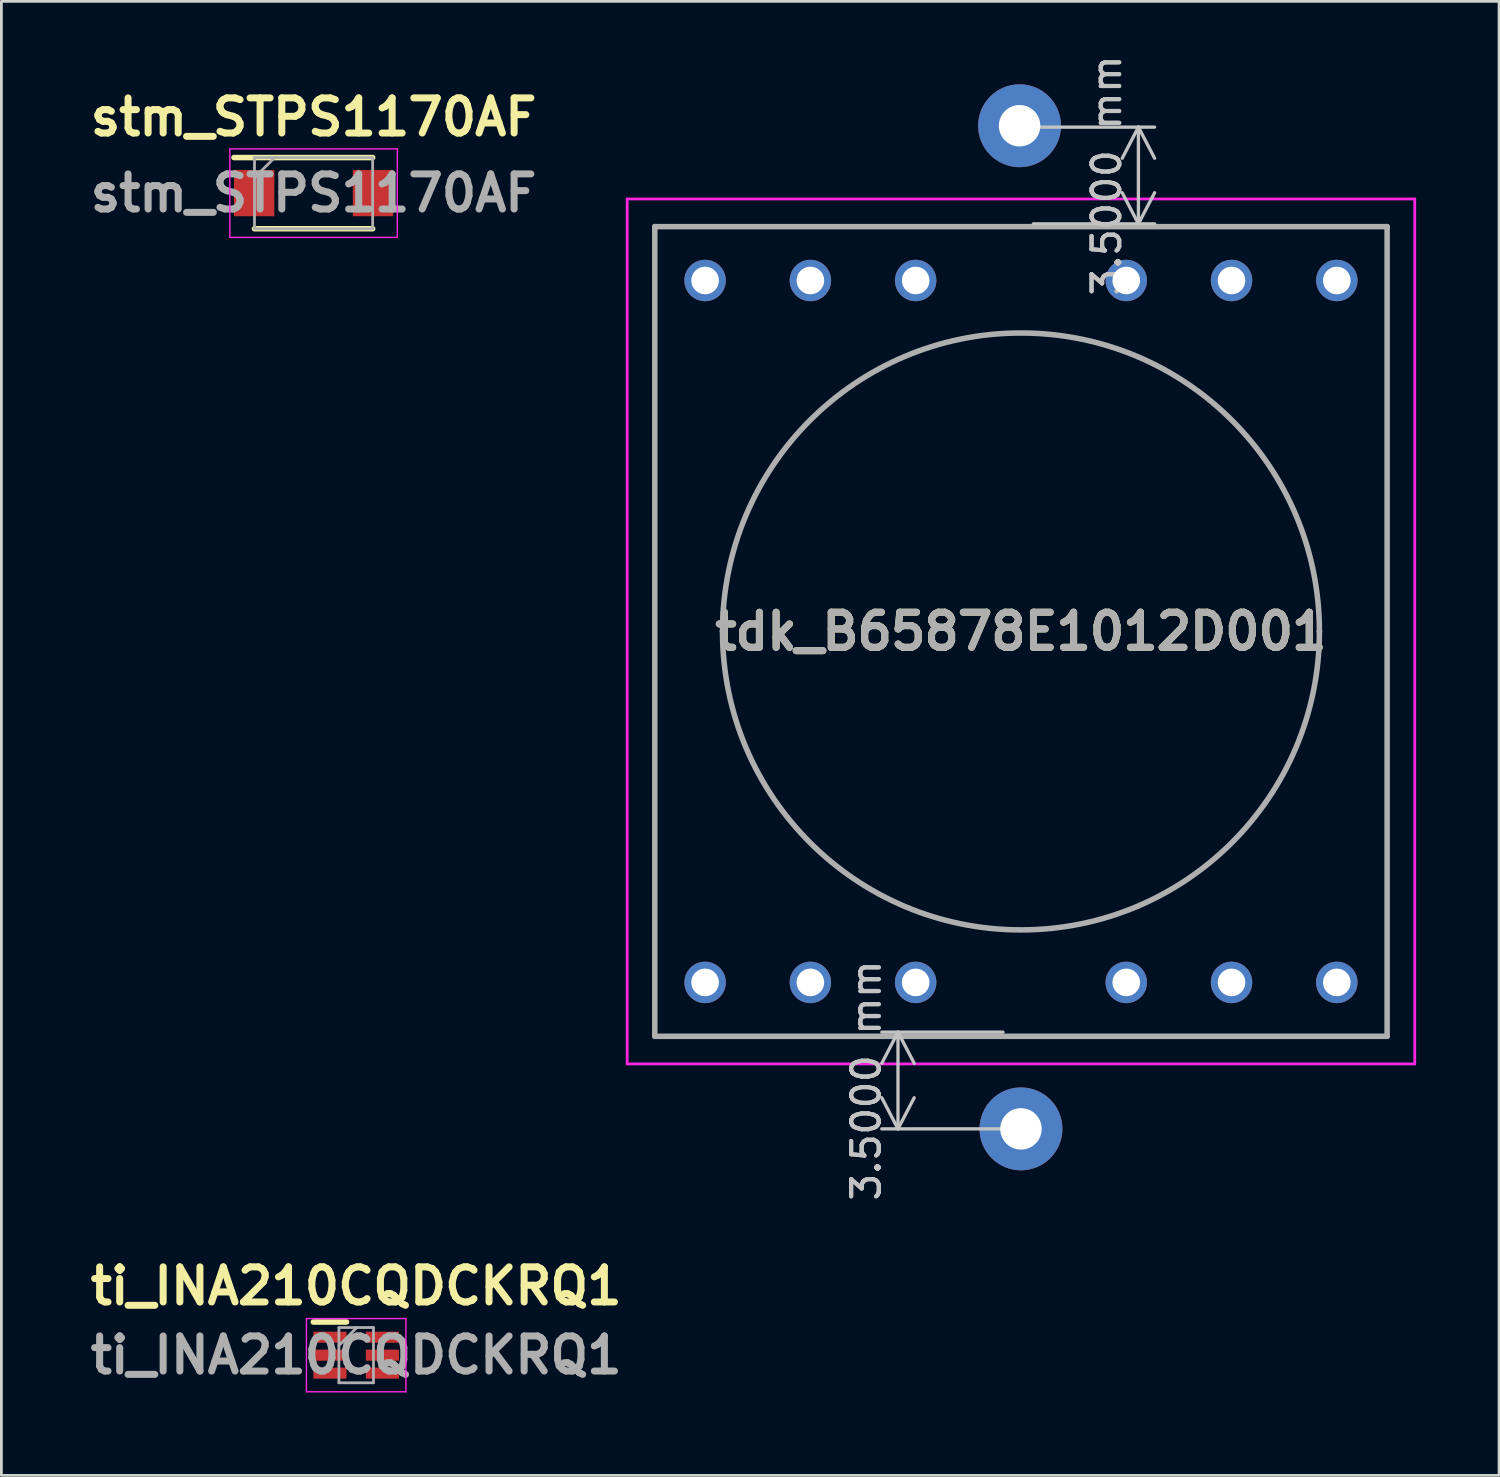
<source format=kicad_pcb>
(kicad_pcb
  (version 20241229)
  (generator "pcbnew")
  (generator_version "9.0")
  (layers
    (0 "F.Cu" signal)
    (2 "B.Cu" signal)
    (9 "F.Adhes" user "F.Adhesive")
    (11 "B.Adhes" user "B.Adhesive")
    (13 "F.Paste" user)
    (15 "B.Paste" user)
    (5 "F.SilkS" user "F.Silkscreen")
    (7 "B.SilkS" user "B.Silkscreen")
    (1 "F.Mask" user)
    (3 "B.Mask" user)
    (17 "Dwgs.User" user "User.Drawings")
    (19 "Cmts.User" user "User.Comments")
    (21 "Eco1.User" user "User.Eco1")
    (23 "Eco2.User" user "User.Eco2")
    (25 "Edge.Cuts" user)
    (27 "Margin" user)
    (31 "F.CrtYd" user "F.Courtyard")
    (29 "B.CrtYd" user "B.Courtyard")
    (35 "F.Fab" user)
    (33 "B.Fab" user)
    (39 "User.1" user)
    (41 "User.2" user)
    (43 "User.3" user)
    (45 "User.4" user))
  (footprint "tdk_B65878E1012D001"
    (layer "F.Cu")
    (at 33.895 19.8)
    (property "Reference" "tdk_B65878E1012D001" (at 0 0 0) (layer "F.SilkS") (effects (font (size 1.27 1.27) (thickness 0.254))))
    (attr through_hole)
    (fp_line (start -13.25 -14.65) (end 13.25 -14.65) (stroke (width 0.1) (type solid)) (layer "F.SilkS"))
    (fp_line (start -13.25 14.65) (end -13.25 -14.65) (stroke (width 0.1) (type solid)) (layer "F.SilkS"))
    (fp_line (start 13.25 -14.65) (end 13.25 14.65) (stroke (width 0.1) (type solid)) (layer "F.SilkS"))
    (fp_line (start 13.25 14.65) (end -13.25 14.65) (stroke (width 0.1) (type solid)) (layer "F.SilkS"))
    (fp_line (start -14.25 -15.65) (end 14.25 -15.65) (stroke (width 0.1) (type solid)) (layer "F.CrtYd"))
    (fp_line (start -14.25 15.65) (end -14.25 -15.65) (stroke (width 0.1) (type solid)) (layer "F.CrtYd"))
    (fp_line (start 14.25 -15.65) (end 14.25 15.65) (stroke (width 0.1) (type solid)) (layer "F.CrtYd"))
    (fp_line (start 14.25 15.65) (end -14.25 15.65) (stroke (width 0.1) (type solid)) (layer "F.CrtYd"))
    (fp_line (start -13.25 -14.65) (end 13.25 -14.65) (stroke (width 0.2) (type solid)) (layer "F.Fab"))
    (fp_line (start -13.25 14.65) (end -13.25 -14.65) (stroke (width 0.2) (type solid)) (layer "F.Fab"))
    (fp_line (start -10.8 0) (end -10.8 0) (stroke (width 0.2) (type solid)) (layer "F.Fab"))
    (fp_line (start 10.8 0) (end 10.8 0) (stroke (width 0.2) (type solid)) (layer "F.Fab"))
    (fp_line (start 13.25 -14.65) (end 13.25 14.65) (stroke (width 0.2) (type solid)) (layer "F.Fab"))
    (fp_line (start 13.25 14.65) (end -13.25 14.65) (stroke (width 0.2) (type solid)) (layer "F.Fab"))
    (fp_arc (start -10.8 0) (mid 0 -10.8) (end 10.8 0) (stroke (width 0.2) (type solid)) (layer "F.Fab"))
    (fp_arc (start 10.8 0) (mid 0 10.8) (end -10.8 0) (stroke (width 0.2) (type solid)) (layer "F.Fab"))
    (fp_text user "${REFERENCE}" (at 0 0 0) (layer "F.Fab") (effects (font (size 1.27 1.27) (thickness 0.254))))
    (dimension (type aligned) (layer "Dwgs.User") (pts (xy 33.845 5.05) (xy 33.845 1.55)) (height 4.3) (format (prefix "") (suffix "") (units 3) (units_format 1) (precision 4)) (style (thickness 0.12) (arrow_length 1.27) (text_position_mode 0) (arrow_direction outward) (extension_height 0.586) (extension_offset 0.5) (keep_text_aligned yes)) (gr_text "3.5000 mm" (at 36.995 3.3 90) (layer "Dwgs.User") (effects (font (size 1 1) (thickness 0.15)))))
    (dimension (type aligned) (layer "Dwgs.User") (pts (xy 33.745 34.3) (xy 33.745 37.8)) (height 4.3) (format (prefix "") (suffix "") (units 3) (units_format 1) (precision 4)) (style (thickness 0.12) (arrow_length 1.27) (text_position_mode 0) (arrow_direction outward) (extension_height 0.586) (extension_offset 0.5) (keep_text_aligned yes)) (gr_text "3.5000 mm" (at 28.295 36.05 90) (layer "Dwgs.User") (effects (font (size 1 1) (thickness 0.15)))))
    (pad "1" thru_hole circle (at -11.43 12.7) (size 1.5 1.5) (drill 1) (layers "*.Cu" "*.Mask"))
    (pad "2" thru_hole circle (at -7.62 12.7) (size 1.5 1.5) (drill 1) (layers "*.Cu" "*.Mask"))
    (pad "3" thru_hole circle (at -3.81 12.7) (size 1.5 1.5) (drill 1) (layers "*.Cu" "*.Mask"))
    (pad "4" thru_hole circle (at 3.81 12.7) (size 1.5 1.5) (drill 1) (layers "*.Cu" "*.Mask"))
    (pad "5" thru_hole circle (at 7.62 12.7) (size 1.5 1.5) (drill 1) (layers "*.Cu" "*.Mask"))
    (pad "6" thru_hole circle (at 11.43 12.7) (size 1.5 1.5) (drill 1) (layers "*.Cu" "*.Mask"))
    (pad "7" thru_hole circle (at 11.43 -12.7) (size 1.5 1.5) (drill 1) (layers "*.Cu" "*.Mask"))
    (pad "8" thru_hole circle (at 7.62 -12.7) (size 1.5 1.5) (drill 1) (layers "*.Cu" "*.Mask"))
    (pad "9" thru_hole circle (at 3.81 -12.7) (size 1.5 1.5) (drill 1) (layers "*.Cu" "*.Mask"))
    (pad "10" thru_hole circle (at -3.81 -12.7) (size 1.5 1.5) (drill 1) (layers "*.Cu" "*.Mask"))
    (pad "11" thru_hole circle (at -7.62 -12.7) (size 1.5 1.5) (drill 1) (layers "*.Cu" "*.Mask"))
    (pad "12" thru_hole circle (at -11.43 -12.7) (size 1.5 1.5) (drill 1) (layers "*.Cu" "*.Mask"))
    (pad "A" thru_hole circle (at -0.05 -18.3) (size 3 3) (drill 1.5) (layers "*.Cu" "*.Mask"))
    (pad "B" thru_hole circle (at 0 18 180) (size 3 3) (drill 1.5) (layers "*.Cu" "*.Mask")))
  (footprint "stm_STPS1170AF"
    (layer "F.Cu")
    (at 8.297 3.939)
    (property "Reference" "stm_STPS1170AF" (at 0 -2.75 0) (layer "F.SilkS") (effects (font (size 1.27 1.27) (thickness 0.254))))
    (attr smd)
    (fp_line (start -2.88 -1.288) (end 2.138 -1.288) (stroke (width 0.2) (type solid)) (layer "F.SilkS"))
    (fp_line (start -2.138 1.288) (end 2.138 1.288) (stroke (width 0.2) (type solid)) (layer "F.SilkS"))
    (fp_line (start -3.03 -1.6) (end 3.03 -1.6) (stroke (width 0.05) (type solid)) (layer "F.CrtYd"))
    (fp_line (start -3.03 1.6) (end -3.03 -1.6) (stroke (width 0.05) (type solid)) (layer "F.CrtYd"))
    (fp_line (start 3.03 -1.6) (end 3.03 1.6) (stroke (width 0.05) (type solid)) (layer "F.CrtYd"))
    (fp_line (start 3.03 1.6) (end -3.03 1.6) (stroke (width 0.05) (type solid)) (layer "F.CrtYd"))
    (fp_line (start -2.138 -1.288) (end 2.138 -1.288) (stroke (width 0.1) (type solid)) (layer "F.Fab"))
    (fp_line (start -2.138 -0.558) (end -1.408 -1.288) (stroke (width 0.1) (type solid)) (layer "F.Fab"))
    (fp_line (start -2.138 1.288) (end -2.138 -1.288) (stroke (width 0.1) (type solid)) (layer "F.Fab"))
    (fp_line (start 2.138 -1.288) (end 2.138 1.288) (stroke (width 0.1) (type solid)) (layer "F.Fab"))
    (fp_line (start 2.138 1.288) (end -2.138 1.288) (stroke (width 0.1) (type solid)) (layer "F.Fab"))
    (fp_text user "${REFERENCE}" (at 0 0 0) (layer "F.Fab") (effects (font (size 1.27 1.27) (thickness 0.254))))
    (pad "1" smd rect (at -2.15 0) (size 1.46 1.67) (layers "F.Cu" "F.Mask" "F.Paste"))
    (pad "2" smd rect (at 2.15 0) (size 1.46 1.67) (layers "F.Cu" "F.Mask" "F.Paste")))
  (footprint "ti_INA210CQDCKRQ1"
    (layer "F.Cu")
    (at 9.839 45.989)
    (property "Reference" "ti_INA210CQDCKRQ1" (at 0 -2.5 0) (layer "F.SilkS") (effects (font (size 1.27 1.27) (thickness 0.254))))
    (attr smd)
    (fp_line (start -1.55 -1.2) (end -0.35 -1.2) (stroke (width 0.2) (type solid)) (layer "F.SilkS"))
    (fp_line (start -1.8 -1.325) (end 1.8 -1.325) (stroke (width 0.05) (type solid)) (layer "F.CrtYd"))
    (fp_line (start -1.8 1.325) (end -1.8 -1.325) (stroke (width 0.05) (type solid)) (layer "F.CrtYd"))
    (fp_line (start 1.8 -1.325) (end 1.8 1.325) (stroke (width 0.05) (type solid)) (layer "F.CrtYd"))
    (fp_line (start 1.8 1.325) (end -1.8 1.325) (stroke (width 0.05) (type solid)) (layer "F.CrtYd"))
    (fp_line (start -0.625 -1) (end 0.625 -1) (stroke (width 0.1) (type solid)) (layer "F.Fab"))
    (fp_line (start -0.625 -0.35) (end 0.025 -1) (stroke (width 0.1) (type solid)) (layer "F.Fab"))
    (fp_line (start -0.625 1) (end -0.625 -1) (stroke (width 0.1) (type solid)) (layer "F.Fab"))
    (fp_line (start 0.625 -1) (end 0.625 1) (stroke (width 0.1) (type solid)) (layer "F.Fab"))
    (fp_line (start 0.625 1) (end -0.625 1) (stroke (width 0.1) (type solid)) (layer "F.Fab"))
    (fp_text user "${REFERENCE}" (at 0 0 0) (layer "F.Fab") (effects (font (size 1.27 1.27) (thickness 0.254))))
    (pad "1" smd rect (at -0.95 -0.65 90) (size 0.4 1.2) (layers "F.Cu" "F.Mask" "F.Paste"))
    (pad "2" smd rect (at -0.95 0 90) (size 0.4 1.2) (layers "F.Cu" "F.Mask" "F.Paste"))
    (pad "3" smd rect (at -0.95 0.65 90) (size 0.4 1.2) (layers "F.Cu" "F.Mask" "F.Paste"))
    (pad "4" smd rect (at 0.95 0.65 90) (size 0.4 1.2) (layers "F.Cu" "F.Mask" "F.Paste"))
    (pad "5" smd rect (at 0.95 0 90) (size 0.4 1.2) (layers "F.Cu" "F.Mask" "F.Paste"))
    (pad "6" smd rect (at 0.95 -0.65 90) (size 0.4 1.2) (layers "F.Cu" "F.Mask" "F.Paste")))
  (gr_rect
    (start -3 -3)
    (end 51.195 50.339)
    (stroke (width 0.1) (type default))
    (fill no)
    (layer "Edge.Cuts")))
</source>
